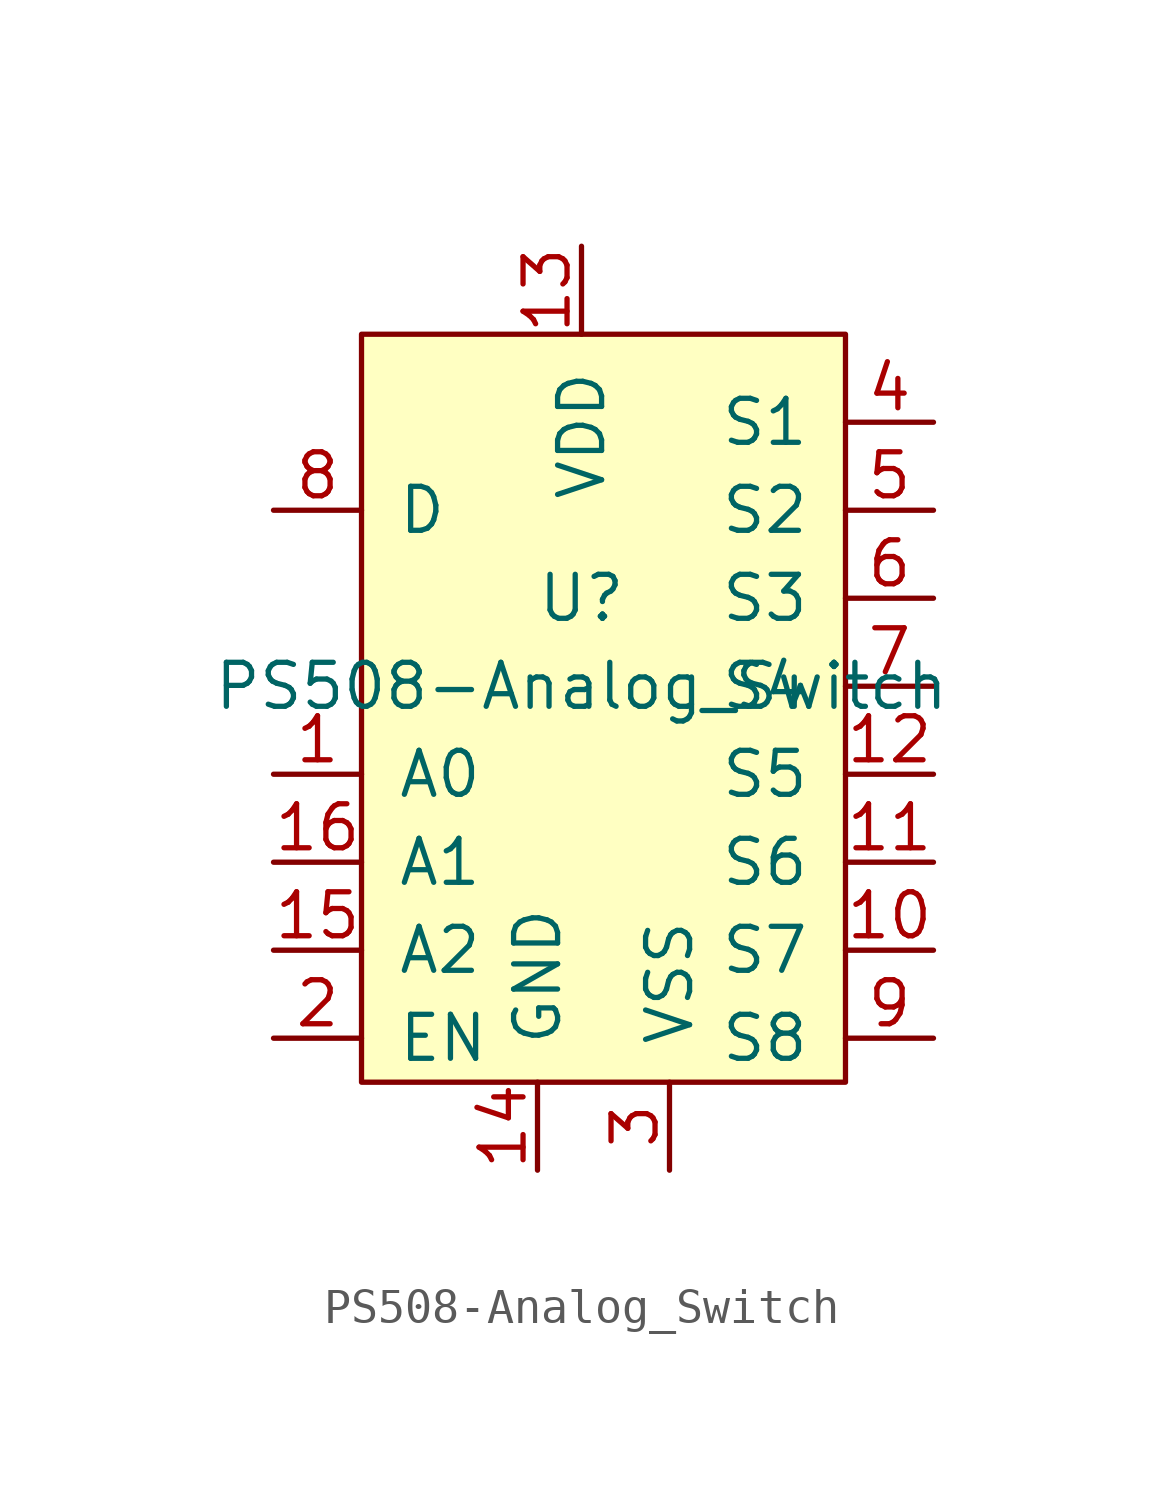
<source format=kicad_sym>
(kicad_symbol_lib
  (version 20211014)
  (generator kicad_symbol_editor)
  (symbol "PS508-Analog_Switch"
    (pin_names
      (offset 1.016))
    (property "Reference" "U"
      (at 0 0 0)
      (effects (font (size 1.27 1.27))))
    (property "Value" "PS508-Analog_Switch"
      (at 0 -2.54 0)
      (effects (font (size 1.27 1.27))))
    (symbol "PS508-Analog_Switch_0_1"
      (rectangle (start -6.35 7.62) (end 7.62 -13.97) (stroke (width 0) (type default) (color 0 0 0 0)) (fill (type background))))
    (symbol "PS508-Analog_Switch_1_1"
      (pin input line (at -8.89 -5.08 0) (length 2.54) (name "A0" (effects (font (size 1.27 1.27)))) (number "1" (effects (font (size 1.27 1.27)))))
      (pin bidirectional line (at 10.16 -10.16 180) (length 2.54) (name "S7" (effects (font (size 1.27 1.27)))) (number "10" (effects (font (size 1.27 1.27)))))
      (pin bidirectional line (at 10.16 -7.62 180) (length 2.54) (name "S6" (effects (font (size 1.27 1.27)))) (number "11" (effects (font (size 1.27 1.27)))))
      (pin bidirectional line (at 10.16 -5.08 180) (length 2.54) (name "S5" (effects (font (size 1.27 1.27)))) (number "12" (effects (font (size 1.27 1.27)))))
      (pin power_in line (at 0 10.16 270) (length 2.54) (name "VDD" (effects (font (size 1.27 1.27)))) (number "13" (effects (font (size 1.27 1.27)))))
      (pin power_in line (at -1.27 -16.51 90) (length 2.54) (name "GND" (effects (font (size 1.27 1.27)))) (number "14" (effects (font (size 1.27 1.27)))))
      (pin input line (at -8.89 -10.16 0) (length 2.54) (name "A2" (effects (font (size 1.27 1.27)))) (number "15" (effects (font (size 1.27 1.27)))))
      (pin input line (at -8.89 -7.62 0) (length 2.54) (name "A1" (effects (font (size 1.27 1.27)))) (number "16" (effects (font (size 1.27 1.27)))))
      (pin input line (at -8.89 -12.7 0) (length 2.54) (name "EN" (effects (font (size 1.27 1.27)))) (number "2" (effects (font (size 1.27 1.27)))))
      (pin power_in line (at 2.54 -16.51 90) (length 2.54) (name "VSS" (effects (font (size 1.27 1.27)))) (number "3" (effects (font (size 1.27 1.27)))))
      (pin bidirectional line (at 10.16 5.08 180) (length 2.54) (name "S1" (effects (font (size 1.27 1.27)))) (number "4" (effects (font (size 1.27 1.27)))))
      (pin bidirectional line (at 10.16 2.54 180) (length 2.54) (name "S2" (effects (font (size 1.27 1.27)))) (number "5" (effects (font (size 1.27 1.27)))))
      (pin bidirectional line (at 10.16 0 180) (length 2.54) (name "S3" (effects (font (size 1.27 1.27)))) (number "6" (effects (font (size 1.27 1.27)))))
      (pin bidirectional line (at 10.16 -2.54 180) (length 2.54) (name "S4" (effects (font (size 1.27 1.27)))) (number "7" (effects (font (size 1.27 1.27)))))
      (pin bidirectional line (at -8.89 2.54 0) (length 2.54) (name "D" (effects (font (size 1.27 1.27)))) (number "8" (effects (font (size 1.27 1.27)))))
      (pin bidirectional line (at 10.16 -12.7 180) (length 2.54) (name "S8" (effects (font (size 1.27 1.27)))) (number "9" (effects (font (size 1.27 1.27))))))))
</source>
